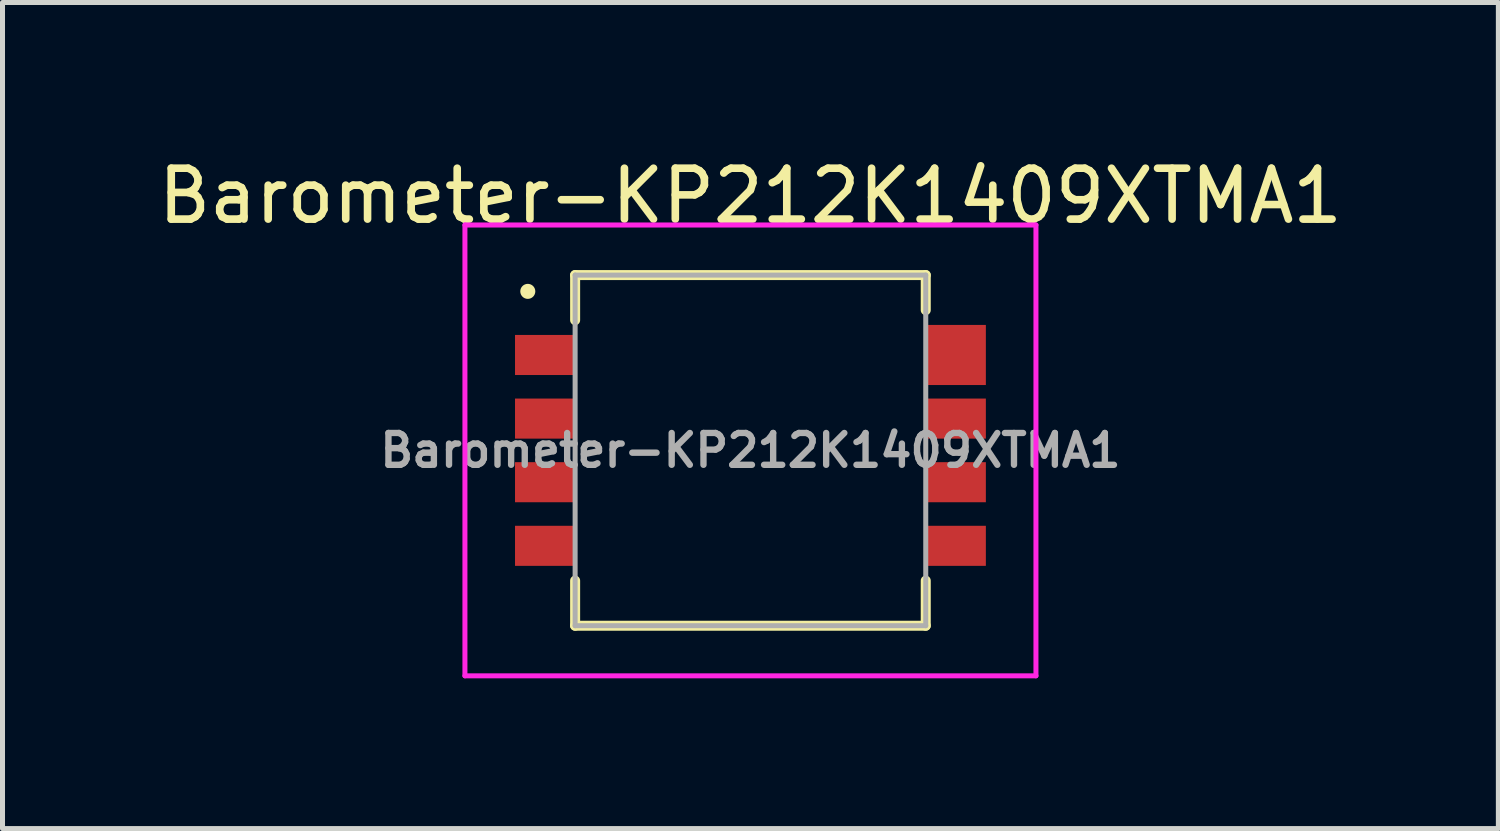
<source format=kicad_pcb>
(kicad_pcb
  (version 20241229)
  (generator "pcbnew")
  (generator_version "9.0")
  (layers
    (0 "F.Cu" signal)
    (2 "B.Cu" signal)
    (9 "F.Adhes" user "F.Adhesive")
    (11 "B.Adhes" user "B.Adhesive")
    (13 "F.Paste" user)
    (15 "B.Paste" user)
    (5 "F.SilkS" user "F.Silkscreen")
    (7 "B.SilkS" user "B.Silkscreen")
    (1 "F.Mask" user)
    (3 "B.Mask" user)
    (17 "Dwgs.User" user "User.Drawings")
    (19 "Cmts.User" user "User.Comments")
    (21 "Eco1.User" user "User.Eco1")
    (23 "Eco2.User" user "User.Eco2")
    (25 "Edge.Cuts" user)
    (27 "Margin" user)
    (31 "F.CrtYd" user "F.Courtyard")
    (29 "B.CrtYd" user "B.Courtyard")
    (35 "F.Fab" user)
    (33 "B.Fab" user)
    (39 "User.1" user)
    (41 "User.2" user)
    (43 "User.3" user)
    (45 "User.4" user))
  (footprint "Barometer-KP212K1409XTMA1"
    (layer "F.Cu")
    (at 11.932 5.942)
    (property "Reference" "Barometer-KP212K1409XTMA1" (at 0 -5.08 0) (layer "F.SilkS") (effects (font (size 1.016 1.016) (thickness 0.152))))
    (attr smd)
    (fp_line (start -3.5 -3.5) (end -3.5 -2.6) (stroke (width 0.2) (type solid)) (layer "F.SilkS"))
    (fp_line (start -3.5 2.6) (end -3.5 3.5) (stroke (width 0.2) (type solid)) (layer "F.SilkS"))
    (fp_line (start -3.5 3.5) (end 3.5 3.5) (stroke (width 0.2) (type solid)) (layer "F.SilkS"))
    (fp_line (start 3.5 -3.5) (end -3.5 -3.5) (stroke (width 0.2) (type solid)) (layer "F.SilkS"))
    (fp_line (start 3.5 -2.8) (end 3.5 -3.5) (stroke (width 0.2) (type solid)) (layer "F.SilkS"))
    (fp_line (start 3.5 3.5) (end 3.5 2.6) (stroke (width 0.2) (type solid)) (layer "F.SilkS"))
    (fp_circle (center -4.445 -3.175) (end -4.345 -3.175) (stroke (width 0.1) (type solid)) (fill yes) (layer "F.SilkS"))
    (fp_line (start -5.7 -4.5) (end 5.7 -4.5) (stroke (width 0.1) (type solid)) (layer "F.CrtYd"))
    (fp_line (start -5.7 4.5) (end -5.7 -4.5) (stroke (width 0.1) (type solid)) (layer "F.CrtYd"))
    (fp_line (start 5.7 -4.5) (end 5.7 4.5) (stroke (width 0.1) (type solid)) (layer "F.CrtYd"))
    (fp_line (start 5.7 4.5) (end -5.7 4.5) (stroke (width 0.1) (type solid)) (layer "F.CrtYd"))
    (fp_line (start -3.5 -3.5) (end 3.5 -3.5) (stroke (width 0.1) (type solid)) (layer "F.Fab"))
    (fp_line (start -3.5 3.5) (end -3.5 -3.5) (stroke (width 0.1) (type solid)) (layer "F.Fab"))
    (fp_line (start 3.5 -3.5) (end 3.5 3.5) (stroke (width 0.1) (type solid)) (layer "F.Fab"))
    (fp_line (start 3.5 3.5) (end -3.5 3.5) (stroke (width 0.1) (type solid)) (layer "F.Fab"))
    (fp_text user "${REFERENCE}" (at 0 0 0) (layer "F.Fab") (effects (font (size 0.635 0.635) (thickness 0.127) (bold yes))))
    (pad "1" smd rect (at -4.1 -1.905 90) (size 0.8 1.2) (layers "F.Cu" "F.Mask" "F.Paste"))
    (pad "2" smd rect (at -4.1 -0.635 90) (size 0.8 1.2) (layers "F.Cu" "F.Mask" "F.Paste"))
    (pad "3" smd rect (at -4.1 0.635 90) (size 0.8 1.2) (layers "F.Cu" "F.Mask" "F.Paste"))
    (pad "4" smd rect (at -4.1 1.905 90) (size 0.8 1.2) (layers "F.Cu" "F.Mask" "F.Paste"))
    (pad "5" smd rect (at 4.1 1.905 90) (size 0.8 1.2) (layers "F.Cu" "F.Mask" "F.Paste"))
    (pad "6" smd rect (at 4.1 0.635 90) (size 0.8 1.2) (layers "F.Cu" "F.Mask" "F.Paste"))
    (pad "7" smd rect (at 4.1 -0.635 90) (size 0.8 1.2) (layers "F.Cu" "F.Mask" "F.Paste"))
    (pad "8" smd rect (at 4.1 -1.905 90) (size 1.2 1.2) (layers "F.Cu" "F.Mask" "F.Paste")))
  (gr_rect
    (start -3 -3)
    (end 26.864 13.492)
    (stroke (width 0.1) (type default))
    (fill no)
    (layer "Edge.Cuts")))
</source>
